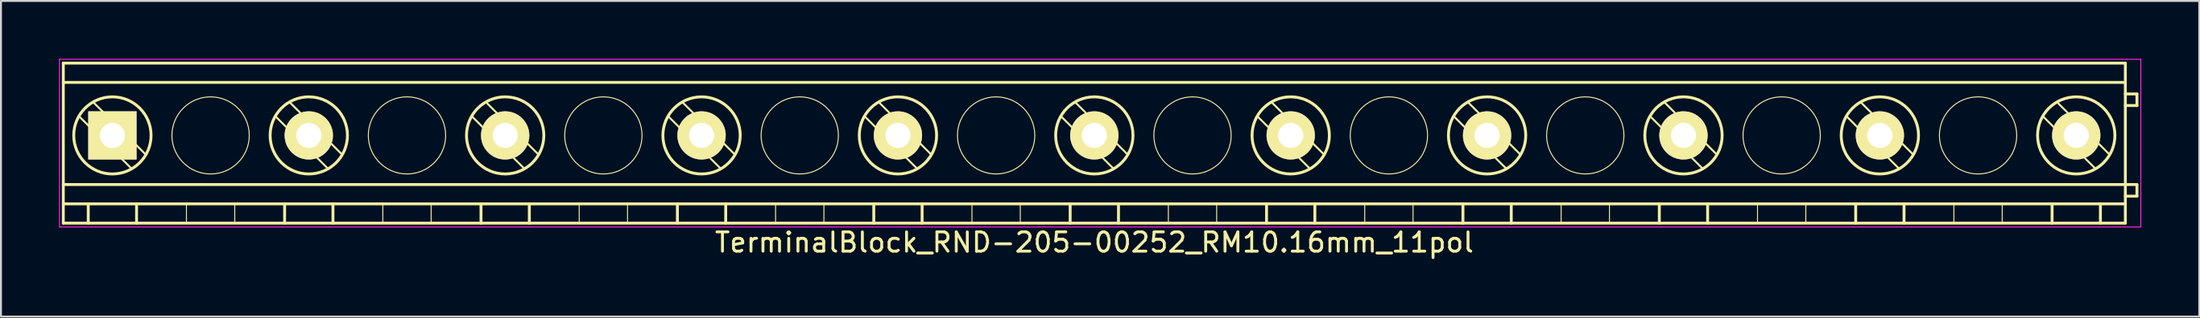
<source format=kicad_pcb>
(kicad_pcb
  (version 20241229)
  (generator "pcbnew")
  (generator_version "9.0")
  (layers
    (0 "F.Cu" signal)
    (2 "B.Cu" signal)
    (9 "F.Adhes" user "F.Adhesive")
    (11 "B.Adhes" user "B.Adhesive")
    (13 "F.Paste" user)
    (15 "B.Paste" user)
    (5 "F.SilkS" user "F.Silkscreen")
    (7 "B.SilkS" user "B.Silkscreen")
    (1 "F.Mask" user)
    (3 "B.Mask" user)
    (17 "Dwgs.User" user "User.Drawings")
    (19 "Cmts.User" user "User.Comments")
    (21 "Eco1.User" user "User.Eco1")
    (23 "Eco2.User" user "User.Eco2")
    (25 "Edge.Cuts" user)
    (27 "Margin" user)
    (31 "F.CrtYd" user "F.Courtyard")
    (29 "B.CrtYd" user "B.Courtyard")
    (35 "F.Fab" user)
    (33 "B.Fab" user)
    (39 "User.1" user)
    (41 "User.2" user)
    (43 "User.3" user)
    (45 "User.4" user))
  (footprint "TerminalBlock_RND-205-00252_RM10.16mm_11pol"
    (layer "F.Cu")
    (at 2.765 3.975)
    (property "Reference" "TerminalBlock_RND-205-00252_RM10.16mm_11pol" (at 50.8 5.55 0) (layer "F.SilkS") (effects (font (size 1 1) (thickness 0.15))))
    (attr through_hole)
    (fp_line (start -2.54 -3.75) (end 104.14 -3.75) (stroke (width 0.15) (type solid)) (layer "F.SilkS"))
    (fp_line (start -2.54 -2.75) (end 104.14 -2.75) (stroke (width 0.15) (type solid)) (layer "F.SilkS"))
    (fp_line (start -2.54 2.55) (end 104.14 2.55) (stroke (width 0.15) (type solid)) (layer "F.SilkS"))
    (fp_line (start -2.54 3.55) (end 104.14 3.55) (stroke (width 0.15) (type solid)) (layer "F.SilkS"))
    (fp_line (start -2.54 4.55) (end -2.54 -3.75) (stroke (width 0.15) (type solid)) (layer "F.SilkS"))
    (fp_line (start -1.25 3.55) (end -1.25 4.55) (stroke (width 0.15) (type solid)) (layer "F.SilkS"))
    (fp_line (start 1 1.732) (end -1.732 -1) (stroke (width 0.1) (type solid)) (layer "F.SilkS"))
    (fp_line (start 1.25 3.55) (end 1.25 4.55) (stroke (width 0.15) (type solid)) (layer "F.SilkS"))
    (fp_line (start 1.732 1) (end -1 -1.732) (stroke (width 0.1) (type solid)) (layer "F.SilkS"))
    (fp_line (start 3.83 3.55) (end 3.83 4.55) (stroke (width 0.05) (type solid)) (layer "F.SilkS"))
    (fp_line (start 6.33 3.55) (end 6.33 4.55) (stroke (width 0.05) (type solid)) (layer "F.SilkS"))
    (fp_line (start 8.91 3.55) (end 8.91 4.55) (stroke (width 0.15) (type solid)) (layer "F.SilkS"))
    (fp_line (start 11.16 1.732) (end 8.428 -1) (stroke (width 0.1) (type solid)) (layer "F.SilkS"))
    (fp_line (start 11.41 3.55) (end 11.41 4.55) (stroke (width 0.15) (type solid)) (layer "F.SilkS"))
    (fp_line (start 11.892 1) (end 9.16 -1.732) (stroke (width 0.1) (type solid)) (layer "F.SilkS"))
    (fp_line (start 13.99 3.55) (end 13.99 4.55) (stroke (width 0.05) (type solid)) (layer "F.SilkS"))
    (fp_line (start 16.49 3.55) (end 16.49 4.55) (stroke (width 0.05) (type solid)) (layer "F.SilkS"))
    (fp_line (start 19.07 3.55) (end 19.07 4.55) (stroke (width 0.15) (type solid)) (layer "F.SilkS"))
    (fp_line (start 21.32 1.732) (end 18.588 -1) (stroke (width 0.1) (type solid)) (layer "F.SilkS"))
    (fp_line (start 21.57 3.55) (end 21.57 4.55) (stroke (width 0.15) (type solid)) (layer "F.SilkS"))
    (fp_line (start 22.052 1) (end 19.32 -1.732) (stroke (width 0.1) (type solid)) (layer "F.SilkS"))
    (fp_line (start 24.15 3.55) (end 24.15 4.55) (stroke (width 0.05) (type solid)) (layer "F.SilkS"))
    (fp_line (start 26.65 3.55) (end 26.65 4.55) (stroke (width 0.05) (type solid)) (layer "F.SilkS"))
    (fp_line (start 29.23 3.55) (end 29.23 4.55) (stroke (width 0.15) (type solid)) (layer "F.SilkS"))
    (fp_line (start 31.48 1.732) (end 28.748 -1) (stroke (width 0.1) (type solid)) (layer "F.SilkS"))
    (fp_line (start 31.73 3.55) (end 31.73 4.55) (stroke (width 0.15) (type solid)) (layer "F.SilkS"))
    (fp_line (start 32.212 1) (end 29.48 -1.732) (stroke (width 0.1) (type solid)) (layer "F.SilkS"))
    (fp_line (start 34.31 3.55) (end 34.31 4.55) (stroke (width 0.05) (type solid)) (layer "F.SilkS"))
    (fp_line (start 36.81 3.55) (end 36.81 4.55) (stroke (width 0.05) (type solid)) (layer "F.SilkS"))
    (fp_line (start 39.39 3.55) (end 39.39 4.55) (stroke (width 0.15) (type solid)) (layer "F.SilkS"))
    (fp_line (start 41.64 1.732) (end 38.908 -1) (stroke (width 0.1) (type solid)) (layer "F.SilkS"))
    (fp_line (start 41.89 3.55) (end 41.89 4.55) (stroke (width 0.15) (type solid)) (layer "F.SilkS"))
    (fp_line (start 42.372 1) (end 39.64 -1.732) (stroke (width 0.1) (type solid)) (layer "F.SilkS"))
    (fp_line (start 44.47 3.55) (end 44.47 4.55) (stroke (width 0.05) (type solid)) (layer "F.SilkS"))
    (fp_line (start 46.97 3.55) (end 46.97 4.55) (stroke (width 0.05) (type solid)) (layer "F.SilkS"))
    (fp_line (start 49.55 3.55) (end 49.55 4.55) (stroke (width 0.15) (type solid)) (layer "F.SilkS"))
    (fp_line (start 51.8 1.732) (end 49.068 -1) (stroke (width 0.1) (type solid)) (layer "F.SilkS"))
    (fp_line (start 52.05 3.55) (end 52.05 4.55) (stroke (width 0.15) (type solid)) (layer "F.SilkS"))
    (fp_line (start 52.532 1) (end 49.8 -1.732) (stroke (width 0.1) (type solid)) (layer "F.SilkS"))
    (fp_line (start 54.63 3.55) (end 54.63 4.55) (stroke (width 0.05) (type solid)) (layer "F.SilkS"))
    (fp_line (start 57.13 3.55) (end 57.13 4.55) (stroke (width 0.05) (type solid)) (layer "F.SilkS"))
    (fp_line (start 59.71 3.55) (end 59.71 4.55) (stroke (width 0.15) (type solid)) (layer "F.SilkS"))
    (fp_line (start 61.96 1.732) (end 59.228 -1) (stroke (width 0.1) (type solid)) (layer "F.SilkS"))
    (fp_line (start 62.21 3.55) (end 62.21 4.55) (stroke (width 0.15) (type solid)) (layer "F.SilkS"))
    (fp_line (start 62.692 1) (end 59.96 -1.732) (stroke (width 0.1) (type solid)) (layer "F.SilkS"))
    (fp_line (start 64.79 3.55) (end 64.79 4.55) (stroke (width 0.05) (type solid)) (layer "F.SilkS"))
    (fp_line (start 67.29 3.55) (end 67.29 4.55) (stroke (width 0.05) (type solid)) (layer "F.SilkS"))
    (fp_line (start 69.87 3.55) (end 69.87 4.55) (stroke (width 0.15) (type solid)) (layer "F.SilkS"))
    (fp_line (start 72.12 1.732) (end 69.388 -1) (stroke (width 0.1) (type solid)) (layer "F.SilkS"))
    (fp_line (start 72.37 3.55) (end 72.37 4.55) (stroke (width 0.15) (type solid)) (layer "F.SilkS"))
    (fp_line (start 72.852 1) (end 70.12 -1.732) (stroke (width 0.1) (type solid)) (layer "F.SilkS"))
    (fp_line (start 74.95 3.55) (end 74.95 4.55) (stroke (width 0.05) (type solid)) (layer "F.SilkS"))
    (fp_line (start 77.45 3.55) (end 77.45 4.55) (stroke (width 0.05) (type solid)) (layer "F.SilkS"))
    (fp_line (start 80.03 3.55) (end 80.03 4.55) (stroke (width 0.15) (type solid)) (layer "F.SilkS"))
    (fp_line (start 82.28 1.732) (end 79.548 -1) (stroke (width 0.1) (type solid)) (layer "F.SilkS"))
    (fp_line (start 82.53 3.55) (end 82.53 4.55) (stroke (width 0.15) (type solid)) (layer "F.SilkS"))
    (fp_line (start 83.012 1) (end 80.28 -1.732) (stroke (width 0.1) (type solid)) (layer "F.SilkS"))
    (fp_line (start 85.11 3.55) (end 85.11 4.55) (stroke (width 0.05) (type solid)) (layer "F.SilkS"))
    (fp_line (start 87.61 3.55) (end 87.61 4.55) (stroke (width 0.05) (type solid)) (layer "F.SilkS"))
    (fp_line (start 90.19 3.55) (end 90.19 4.55) (stroke (width 0.15) (type solid)) (layer "F.SilkS"))
    (fp_line (start 92.44 1.732) (end 89.708 -1) (stroke (width 0.1) (type solid)) (layer "F.SilkS"))
    (fp_line (start 92.69 3.55) (end 92.69 4.55) (stroke (width 0.15) (type solid)) (layer "F.SilkS"))
    (fp_line (start 93.172 1) (end 90.44 -1.732) (stroke (width 0.1) (type solid)) (layer "F.SilkS"))
    (fp_line (start 95.27 3.55) (end 95.27 4.55) (stroke (width 0.05) (type solid)) (layer "F.SilkS"))
    (fp_line (start 97.77 3.55) (end 97.77 4.55) (stroke (width 0.05) (type solid)) (layer "F.SilkS"))
    (fp_line (start 100.35 3.55) (end 100.35 4.55) (stroke (width 0.15) (type solid)) (layer "F.SilkS"))
    (fp_line (start 102.6 1.732) (end 99.868 -1) (stroke (width 0.1) (type solid)) (layer "F.SilkS"))
    (fp_line (start 102.85 3.55) (end 102.85 4.55) (stroke (width 0.15) (type solid)) (layer "F.SilkS"))
    (fp_line (start 103.332 1) (end 100.6 -1.732) (stroke (width 0.1) (type solid)) (layer "F.SilkS"))
    (fp_line (start 104.14 -3.75) (end 104.14 4.55) (stroke (width 0.15) (type solid)) (layer "F.SilkS"))
    (fp_line (start 104.14 -2.15) (end 104.74 -2.15) (stroke (width 0.15) (type solid)) (layer "F.SilkS"))
    (fp_line (start 104.14 2.55) (end 104.74 2.55) (stroke (width 0.15) (type solid)) (layer "F.SilkS"))
    (fp_line (start 104.14 4.55) (end -2.54 4.55) (stroke (width 0.15) (type solid)) (layer "F.SilkS"))
    (fp_line (start 104.74 -2.15) (end 104.74 -1.55) (stroke (width 0.15) (type solid)) (layer "F.SilkS"))
    (fp_line (start 104.74 -1.55) (end 104.14 -1.55) (stroke (width 0.15) (type solid)) (layer "F.SilkS"))
    (fp_line (start 104.74 2.55) (end 104.74 3.15) (stroke (width 0.15) (type solid)) (layer "F.SilkS"))
    (fp_line (start 104.74 3.15) (end 104.14 3.15) (stroke (width 0.15) (type solid)) (layer "F.SilkS"))
    (fp_circle (center 0 0) (end -2 0) (stroke (width 0.15) (type solid)) (fill no) (layer "F.SilkS"))
    (fp_circle (center 5.08 0) (end 3.08 0) (stroke (width 0.05) (type solid)) (fill no) (layer "F.SilkS"))
    (fp_circle (center 10.16 0) (end 8.16 0) (stroke (width 0.15) (type solid)) (fill no) (layer "F.SilkS"))
    (fp_circle (center 15.24 0) (end 13.24 0) (stroke (width 0.05) (type solid)) (fill no) (layer "F.SilkS"))
    (fp_circle (center 20.32 0) (end 18.32 0) (stroke (width 0.15) (type solid)) (fill no) (layer "F.SilkS"))
    (fp_circle (center 25.4 0) (end 23.4 0) (stroke (width 0.05) (type solid)) (fill no) (layer "F.SilkS"))
    (fp_circle (center 30.48 0) (end 28.48 0) (stroke (width 0.15) (type solid)) (fill no) (layer "F.SilkS"))
    (fp_circle (center 35.56 0) (end 33.56 0) (stroke (width 0.05) (type solid)) (fill no) (layer "F.SilkS"))
    (fp_circle (center 40.64 0) (end 38.64 0) (stroke (width 0.15) (type solid)) (fill no) (layer "F.SilkS"))
    (fp_circle (center 45.72 0) (end 43.72 0) (stroke (width 0.05) (type solid)) (fill no) (layer "F.SilkS"))
    (fp_circle (center 50.8 0) (end 48.8 0) (stroke (width 0.15) (type solid)) (fill no) (layer "F.SilkS"))
    (fp_circle (center 55.88 0) (end 53.88 0) (stroke (width 0.05) (type solid)) (fill no) (layer "F.SilkS"))
    (fp_circle (center 60.96 0) (end 58.96 0) (stroke (width 0.15) (type solid)) (fill no) (layer "F.SilkS"))
    (fp_circle (center 66.04 0) (end 64.04 0) (stroke (width 0.05) (type solid)) (fill no) (layer "F.SilkS"))
    (fp_circle (center 71.12 0) (end 69.12 0) (stroke (width 0.15) (type solid)) (fill no) (layer "F.SilkS"))
    (fp_circle (center 76.2 0) (end 74.2 0) (stroke (width 0.05) (type solid)) (fill no) (layer "F.SilkS"))
    (fp_circle (center 81.28 0) (end 79.28 0) (stroke (width 0.15) (type solid)) (fill no) (layer "F.SilkS"))
    (fp_circle (center 86.36 0) (end 84.36 0) (stroke (width 0.05) (type solid)) (fill no) (layer "F.SilkS"))
    (fp_circle (center 91.44 0) (end 89.44 0) (stroke (width 0.15) (type solid)) (fill no) (layer "F.SilkS"))
    (fp_circle (center 96.52 0) (end 94.52 0) (stroke (width 0.05) (type solid)) (fill no) (layer "F.SilkS"))
    (fp_circle (center 101.6 0) (end 99.6 0) (stroke (width 0.15) (type solid)) (fill no) (layer "F.SilkS"))
    (fp_line (start -2.74 -3.95) (end 104.94 -3.95) (stroke (width 0.05) (type solid)) (layer "F.CrtYd"))
    (fp_line (start -2.74 4.75) (end -2.74 -3.95) (stroke (width 0.05) (type solid)) (layer "F.CrtYd"))
    (fp_line (start 104.94 -3.95) (end 104.94 4.75) (stroke (width 0.05) (type solid)) (layer "F.CrtYd"))
    (fp_line (start 104.94 4.75) (end -2.74 4.75) (stroke (width 0.05) (type solid)) (layer "F.CrtYd"))
    (pad "1" thru_hole rect (at 0 0) (size 2.5 2.5) (drill 1.3) (layers "*.Cu" "*.Mask" "F.SilkS"))
    (pad "2" thru_hole circle (at 10.16 0) (size 2.5 2.5) (drill 1.3) (layers "*.Cu" "*.Mask" "F.SilkS"))
    (pad "3" thru_hole circle (at 20.32 0) (size 2.5 2.5) (drill 1.3) (layers "*.Cu" "*.Mask" "F.SilkS"))
    (pad "4" thru_hole circle (at 30.48 0) (size 2.5 2.5) (drill 1.3) (layers "*.Cu" "*.Mask" "F.SilkS"))
    (pad "5" thru_hole circle (at 40.64 0) (size 2.5 2.5) (drill 1.3) (layers "*.Cu" "*.Mask" "F.SilkS"))
    (pad "6" thru_hole circle (at 50.8 0) (size 2.5 2.5) (drill 1.3) (layers "*.Cu" "*.Mask" "F.SilkS"))
    (pad "7" thru_hole circle (at 60.96 0) (size 2.5 2.5) (drill 1.3) (layers "*.Cu" "*.Mask" "F.SilkS"))
    (pad "8" thru_hole circle (at 71.12 0) (size 2.5 2.5) (drill 1.3) (layers "*.Cu" "*.Mask" "F.SilkS"))
    (pad "9" thru_hole circle (at 81.28 0) (size 2.5 2.5) (drill 1.3) (layers "*.Cu" "*.Mask" "F.SilkS"))
    (pad "10" thru_hole circle (at 91.44 0) (size 2.5 2.5) (drill 1.3) (layers "*.Cu" "*.Mask" "F.SilkS"))
    (pad "11" thru_hole circle (at 101.6 0) (size 2.5 2.5) (drill 1.3) (layers "*.Cu" "*.Mask" "F.SilkS")))
  (gr_rect
    (start -3 -3)
    (end 110.73 13.373)
    (stroke (width 0.1) (type default))
    (fill no)
    (layer "Edge.Cuts")))
</source>
